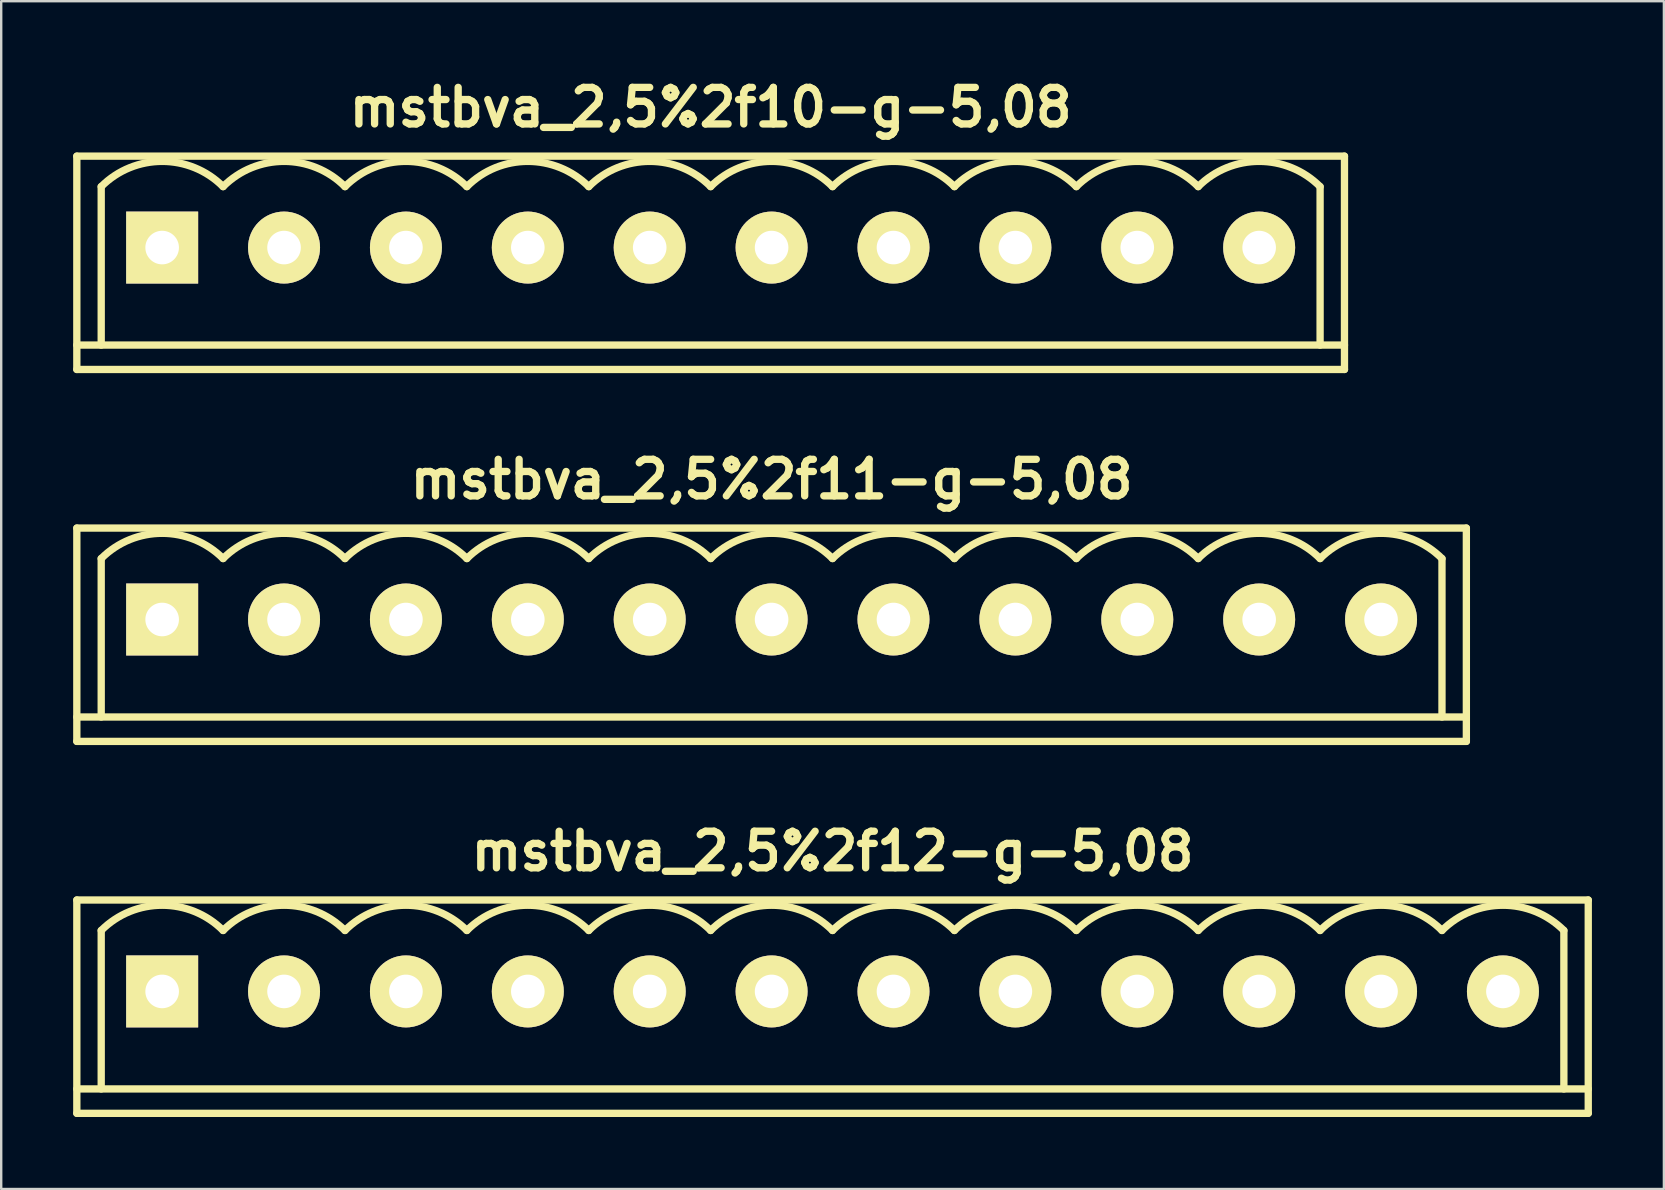
<source format=kicad_pcb>
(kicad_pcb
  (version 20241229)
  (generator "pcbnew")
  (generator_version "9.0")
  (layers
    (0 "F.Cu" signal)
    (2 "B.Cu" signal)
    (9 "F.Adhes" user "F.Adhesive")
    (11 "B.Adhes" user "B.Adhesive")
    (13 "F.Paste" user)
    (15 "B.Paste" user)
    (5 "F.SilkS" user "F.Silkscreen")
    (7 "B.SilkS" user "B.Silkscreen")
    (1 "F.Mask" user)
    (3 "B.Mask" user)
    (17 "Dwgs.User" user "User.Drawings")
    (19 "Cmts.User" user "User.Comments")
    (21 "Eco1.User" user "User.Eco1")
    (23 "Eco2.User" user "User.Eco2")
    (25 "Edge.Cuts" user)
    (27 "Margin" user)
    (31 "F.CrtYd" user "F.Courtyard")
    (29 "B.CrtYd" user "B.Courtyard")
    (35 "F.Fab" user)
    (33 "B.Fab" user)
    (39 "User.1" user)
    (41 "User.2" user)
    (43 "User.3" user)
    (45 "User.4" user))
  (footprint "mstbva_2,5%2f11-g-5,08"
    (layer "F.Cu")
    (at 29.108 22.769)
    (property "Reference" "mstbva_2,5%2f11-g-5,08" (at 0 -5.842 0) (layer "F.SilkS") (effects (font (size 1.524 1.524) (thickness 0.305))))
    (attr through_hole)
    (fp_line (start -28.956 -3.81) (end -28.956 5.08) (stroke (width 0.305) (type solid)) (layer "F.SilkS"))
    (fp_line (start -28.956 4.064) (end 28.956 4.064) (stroke (width 0.305) (type solid)) (layer "F.SilkS"))
    (fp_line (start -27.94 -2.54) (end -27.94 4.064) (stroke (width 0.305) (type solid)) (layer "F.SilkS"))
    (fp_line (start 27.94 -2.54) (end 27.94 4.064) (stroke (width 0.305) (type solid)) (layer "F.SilkS"))
    (fp_line (start 28.956 -3.81) (end -28.956 -3.81) (stroke (width 0.305) (type solid)) (layer "F.SilkS"))
    (fp_line (start 28.956 5.08) (end -28.956 5.08) (stroke (width 0.305) (type solid)) (layer "F.SilkS"))
    (fp_line (start 28.956 5.08) (end 28.956 -3.81) (stroke (width 0.305) (type solid)) (layer "F.SilkS"))
    (fp_arc (start -27.94 -2.54) (mid -25.4 -3.592102) (end -22.86 -2.54) (stroke (width 0.3048) (type solid)) (layer "F.SilkS"))
    (fp_arc (start -22.86 -2.54) (mid -20.32 -3.592102) (end -17.78 -2.54) (stroke (width 0.3048) (type solid)) (layer "F.SilkS"))
    (fp_arc (start -17.78 -2.54) (mid -15.24 -3.592102) (end -12.7 -2.54) (stroke (width 0.3048) (type solid)) (layer "F.SilkS"))
    (fp_arc (start -12.7 -2.54) (mid -10.16 -3.592102) (end -7.62 -2.54) (stroke (width 0.3048) (type solid)) (layer "F.SilkS"))
    (fp_arc (start -7.62 -2.54) (mid -5.08 -3.592102) (end -2.54 -2.54) (stroke (width 0.3048) (type solid)) (layer "F.SilkS"))
    (fp_arc (start -2.54 -2.54) (mid 0 -3.592102) (end 2.54 -2.54) (stroke (width 0.3048) (type solid)) (layer "F.SilkS"))
    (fp_arc (start 2.54 -2.54) (mid 5.08 -3.592102) (end 7.62 -2.54) (stroke (width 0.3048) (type solid)) (layer "F.SilkS"))
    (fp_arc (start 7.62 -2.54) (mid 10.16 -3.592102) (end 12.7 -2.54) (stroke (width 0.3048) (type solid)) (layer "F.SilkS"))
    (fp_arc (start 12.7 -2.54) (mid 15.24 -3.592102) (end 17.78 -2.54) (stroke (width 0.3048) (type solid)) (layer "F.SilkS"))
    (fp_arc (start 17.78 -2.54) (mid 20.32 -3.592102) (end 22.86 -2.54) (stroke (width 0.3048) (type solid)) (layer "F.SilkS"))
    (fp_arc (start 22.86 -2.54) (mid 25.4 -3.592102) (end 27.94 -2.54) (stroke (width 0.3048) (type solid)) (layer "F.SilkS"))
    (pad "1" thru_hole rect (at -25.4 0) (size 3 3) (drill 1.4) (layers "*.Cu" "*.Mask" "F.SilkS"))
    (pad "2" thru_hole circle (at -20.32 0) (size 3 3) (drill 1.4) (layers "*.Cu" "*.Mask" "F.SilkS"))
    (pad "3" thru_hole circle (at -15.24 0) (size 3 3) (drill 1.4) (layers "*.Cu" "*.Mask" "F.SilkS"))
    (pad "4" thru_hole circle (at -10.16 0) (size 3 3) (drill 1.4) (layers "*.Cu" "*.Mask" "F.SilkS"))
    (pad "5" thru_hole circle (at -5.08 0) (size 3 3) (drill 1.4) (layers "*.Cu" "*.Mask" "F.SilkS"))
    (pad "6" thru_hole circle (at 0 0) (size 3 3) (drill 1.4) (layers "*.Cu" "*.Mask" "F.SilkS"))
    (pad "7" thru_hole circle (at 5.08 0) (size 3 3) (drill 1.4) (layers "*.Cu" "*.Mask" "F.SilkS"))
    (pad "8" thru_hole circle (at 10.16 0) (size 3 3) (drill 1.4) (layers "*.Cu" "*.Mask" "F.SilkS"))
    (pad "9" thru_hole circle (at 15.24 0) (size 3 3) (drill 1.4) (layers "*.Cu" "*.Mask" "F.SilkS"))
    (pad "10" thru_hole circle (at 20.32 0) (size 3 3) (drill 1.4) (layers "*.Cu" "*.Mask" "F.SilkS"))
    (pad "11" thru_hole circle (at 25.4 0) (size 3 3) (drill 1.4) (layers "*.Cu" "*.Mask" "F.SilkS")))
  (footprint "mstbva_2,5%2f10-g-5,08"
    (layer "F.Cu")
    (at 26.568 7.268)
    (property "Reference" "mstbva_2,5%2f10-g-5,08" (at 0 -5.842 0) (layer "F.SilkS") (effects (font (size 1.524 1.524) (thickness 0.305))))
    (attr through_hole)
    (fp_line (start -26.416 -3.81) (end -26.416 5.08) (stroke (width 0.305) (type solid)) (layer "F.SilkS"))
    (fp_line (start -26.416 4.064) (end 26.416 4.064) (stroke (width 0.305) (type solid)) (layer "F.SilkS"))
    (fp_line (start -25.4 -2.54) (end -25.4 4.064) (stroke (width 0.305) (type solid)) (layer "F.SilkS"))
    (fp_line (start 25.4 -2.54) (end 25.4 4.064) (stroke (width 0.305) (type solid)) (layer "F.SilkS"))
    (fp_line (start 26.416 -3.81) (end -26.416 -3.81) (stroke (width 0.305) (type solid)) (layer "F.SilkS"))
    (fp_line (start 26.416 5.08) (end -26.416 5.08) (stroke (width 0.305) (type solid)) (layer "F.SilkS"))
    (fp_line (start 26.416 5.08) (end 26.416 -3.81) (stroke (width 0.305) (type solid)) (layer "F.SilkS"))
    (fp_arc (start -25.4 -2.54) (mid -22.86 -3.592102) (end -20.32 -2.54) (stroke (width 0.3048) (type solid)) (layer "F.SilkS"))
    (fp_arc (start -20.32 -2.54) (mid -17.78 -3.592102) (end -15.24 -2.54) (stroke (width 0.3048) (type solid)) (layer "F.SilkS"))
    (fp_arc (start -15.24 -2.54) (mid -12.7 -3.592102) (end -10.16 -2.54) (stroke (width 0.3048) (type solid)) (layer "F.SilkS"))
    (fp_arc (start -10.16 -2.54) (mid -7.62 -3.592102) (end -5.08 -2.54) (stroke (width 0.3048) (type solid)) (layer "F.SilkS"))
    (fp_arc (start -5.08 -2.54) (mid -2.54 -3.592102) (end 0 -2.54) (stroke (width 0.3048) (type solid)) (layer "F.SilkS"))
    (fp_arc (start 0 -2.54) (mid 2.54 -3.592102) (end 5.08 -2.54) (stroke (width 0.3048) (type solid)) (layer "F.SilkS"))
    (fp_arc (start 5.08 -2.54) (mid 7.62 -3.592102) (end 10.16 -2.54) (stroke (width 0.3048) (type solid)) (layer "F.SilkS"))
    (fp_arc (start 10.16 -2.54) (mid 12.7 -3.592102) (end 15.24 -2.54) (stroke (width 0.3048) (type solid)) (layer "F.SilkS"))
    (fp_arc (start 15.24 -2.54) (mid 17.78 -3.592102) (end 20.32 -2.54) (stroke (width 0.3048) (type solid)) (layer "F.SilkS"))
    (fp_arc (start 20.32 -2.54) (mid 22.86 -3.592102) (end 25.4 -2.54) (stroke (width 0.3048) (type solid)) (layer "F.SilkS"))
    (pad "1" thru_hole rect (at -22.86 0) (size 3 3) (drill 1.4) (layers "*.Cu" "*.Mask" "F.SilkS"))
    (pad "2" thru_hole circle (at -17.78 0) (size 3 3) (drill 1.4) (layers "*.Cu" "*.Mask" "F.SilkS"))
    (pad "3" thru_hole circle (at -12.7 0) (size 3 3) (drill 1.4) (layers "*.Cu" "*.Mask" "F.SilkS"))
    (pad "4" thru_hole circle (at -7.62 0) (size 3 3) (drill 1.4) (layers "*.Cu" "*.Mask" "F.SilkS"))
    (pad "5" thru_hole circle (at -2.54 0) (size 3 3) (drill 1.4) (layers "*.Cu" "*.Mask" "F.SilkS"))
    (pad "6" thru_hole circle (at 2.54 0) (size 3 3) (drill 1.4) (layers "*.Cu" "*.Mask" "F.SilkS"))
    (pad "7" thru_hole circle (at 7.62 0) (size 3 3) (drill 1.4) (layers "*.Cu" "*.Mask" "F.SilkS"))
    (pad "8" thru_hole circle (at 12.7 0) (size 3 3) (drill 1.4) (layers "*.Cu" "*.Mask" "F.SilkS"))
    (pad "9" thru_hole circle (at 17.78 0) (size 3 3) (drill 1.4) (layers "*.Cu" "*.Mask" "F.SilkS"))
    (pad "10" thru_hole circle (at 22.86 0) (size 3 3) (drill 1.4) (layers "*.Cu" "*.Mask" "F.SilkS")))
  (footprint "mstbva_2,5%2f12-g-5,08"
    (layer "F.Cu")
    (at 31.648 38.27)
    (property "Reference" "mstbva_2,5%2f12-g-5,08" (at 0 -5.842 0) (layer "F.SilkS") (effects (font (size 1.524 1.524) (thickness 0.305))))
    (attr through_hole)
    (fp_line (start -31.496 -3.81) (end -31.496 5.08) (stroke (width 0.305) (type solid)) (layer "F.SilkS"))
    (fp_line (start -31.496 4.064) (end 31.496 4.064) (stroke (width 0.305) (type solid)) (layer "F.SilkS"))
    (fp_line (start -30.48 -2.54) (end -30.48 4.064) (stroke (width 0.305) (type solid)) (layer "F.SilkS"))
    (fp_line (start 30.48 -2.54) (end 30.48 4.064) (stroke (width 0.305) (type solid)) (layer "F.SilkS"))
    (fp_line (start 31.496 -3.81) (end -31.496 -3.81) (stroke (width 0.305) (type solid)) (layer "F.SilkS"))
    (fp_line (start 31.496 5.08) (end -31.496 5.08) (stroke (width 0.305) (type solid)) (layer "F.SilkS"))
    (fp_line (start 31.496 5.08) (end 31.496 -3.81) (stroke (width 0.305) (type solid)) (layer "F.SilkS"))
    (fp_arc (start -30.48 -2.54) (mid -27.94 -3.592102) (end -25.4 -2.54) (stroke (width 0.3048) (type solid)) (layer "F.SilkS"))
    (fp_arc (start -25.4 -2.54) (mid -22.86 -3.592102) (end -20.32 -2.54) (stroke (width 0.3048) (type solid)) (layer "F.SilkS"))
    (fp_arc (start -20.32 -2.54) (mid -17.78 -3.592102) (end -15.24 -2.54) (stroke (width 0.3048) (type solid)) (layer "F.SilkS"))
    (fp_arc (start -15.24 -2.54) (mid -12.7 -3.592102) (end -10.16 -2.54) (stroke (width 0.3048) (type solid)) (layer "F.SilkS"))
    (fp_arc (start -10.16 -2.54) (mid -7.62 -3.592102) (end -5.08 -2.54) (stroke (width 0.3048) (type solid)) (layer "F.SilkS"))
    (fp_arc (start -5.08 -2.54) (mid -2.54 -3.592102) (end 0 -2.54) (stroke (width 0.3048) (type solid)) (layer "F.SilkS"))
    (fp_arc (start 0 -2.54) (mid 2.54 -3.592102) (end 5.08 -2.54) (stroke (width 0.3048) (type solid)) (layer "F.SilkS"))
    (fp_arc (start 5.08 -2.54) (mid 7.62 -3.592102) (end 10.16 -2.54) (stroke (width 0.3048) (type solid)) (layer "F.SilkS"))
    (fp_arc (start 10.16 -2.54) (mid 12.7 -3.592102) (end 15.24 -2.54) (stroke (width 0.3048) (type solid)) (layer "F.SilkS"))
    (fp_arc (start 15.24 -2.54) (mid 17.78 -3.592102) (end 20.32 -2.54) (stroke (width 0.3048) (type solid)) (layer "F.SilkS"))
    (fp_arc (start 20.32 -2.54) (mid 22.86 -3.592102) (end 25.4 -2.54) (stroke (width 0.3048) (type solid)) (layer "F.SilkS"))
    (fp_arc (start 25.4 -2.54) (mid 27.94 -3.592102) (end 30.48 -2.54) (stroke (width 0.3048) (type solid)) (layer "F.SilkS"))
    (pad "1" thru_hole rect (at -27.94 0) (size 3 3) (drill 1.4) (layers "*.Cu" "*.Mask" "F.SilkS"))
    (pad "2" thru_hole circle (at -22.86 0) (size 3 3) (drill 1.4) (layers "*.Cu" "*.Mask" "F.SilkS"))
    (pad "3" thru_hole circle (at -17.78 0) (size 3 3) (drill 1.4) (layers "*.Cu" "*.Mask" "F.SilkS"))
    (pad "4" thru_hole circle (at -12.7 0) (size 3 3) (drill 1.4) (layers "*.Cu" "*.Mask" "F.SilkS"))
    (pad "5" thru_hole circle (at -7.62 0) (size 3 3) (drill 1.4) (layers "*.Cu" "*.Mask" "F.SilkS"))
    (pad "6" thru_hole circle (at -2.54 0) (size 3 3) (drill 1.4) (layers "*.Cu" "*.Mask" "F.SilkS"))
    (pad "7" thru_hole circle (at 2.54 0) (size 3 3) (drill 1.4) (layers "*.Cu" "*.Mask" "F.SilkS"))
    (pad "8" thru_hole circle (at 7.62 0) (size 3 3) (drill 1.4) (layers "*.Cu" "*.Mask" "F.SilkS"))
    (pad "9" thru_hole circle (at 12.7 0) (size 3 3) (drill 1.4) (layers "*.Cu" "*.Mask" "F.SilkS"))
    (pad "10" thru_hole circle (at 17.78 0) (size 3 3) (drill 1.4) (layers "*.Cu" "*.Mask" "F.SilkS"))
    (pad "11" thru_hole circle (at 22.86 0) (size 3 3) (drill 1.4) (layers "*.Cu" "*.Mask" "F.SilkS"))
    (pad "12" thru_hole circle (at 27.94 0) (size 3 3) (drill 1.4) (layers "*.Cu" "*.Mask" "F.SilkS")))
  (gr_rect
    (start -3 -3)
    (end 66.297 46.503)
    (stroke (width 0.1) (type default))
    (fill no)
    (layer "Edge.Cuts")))
</source>
